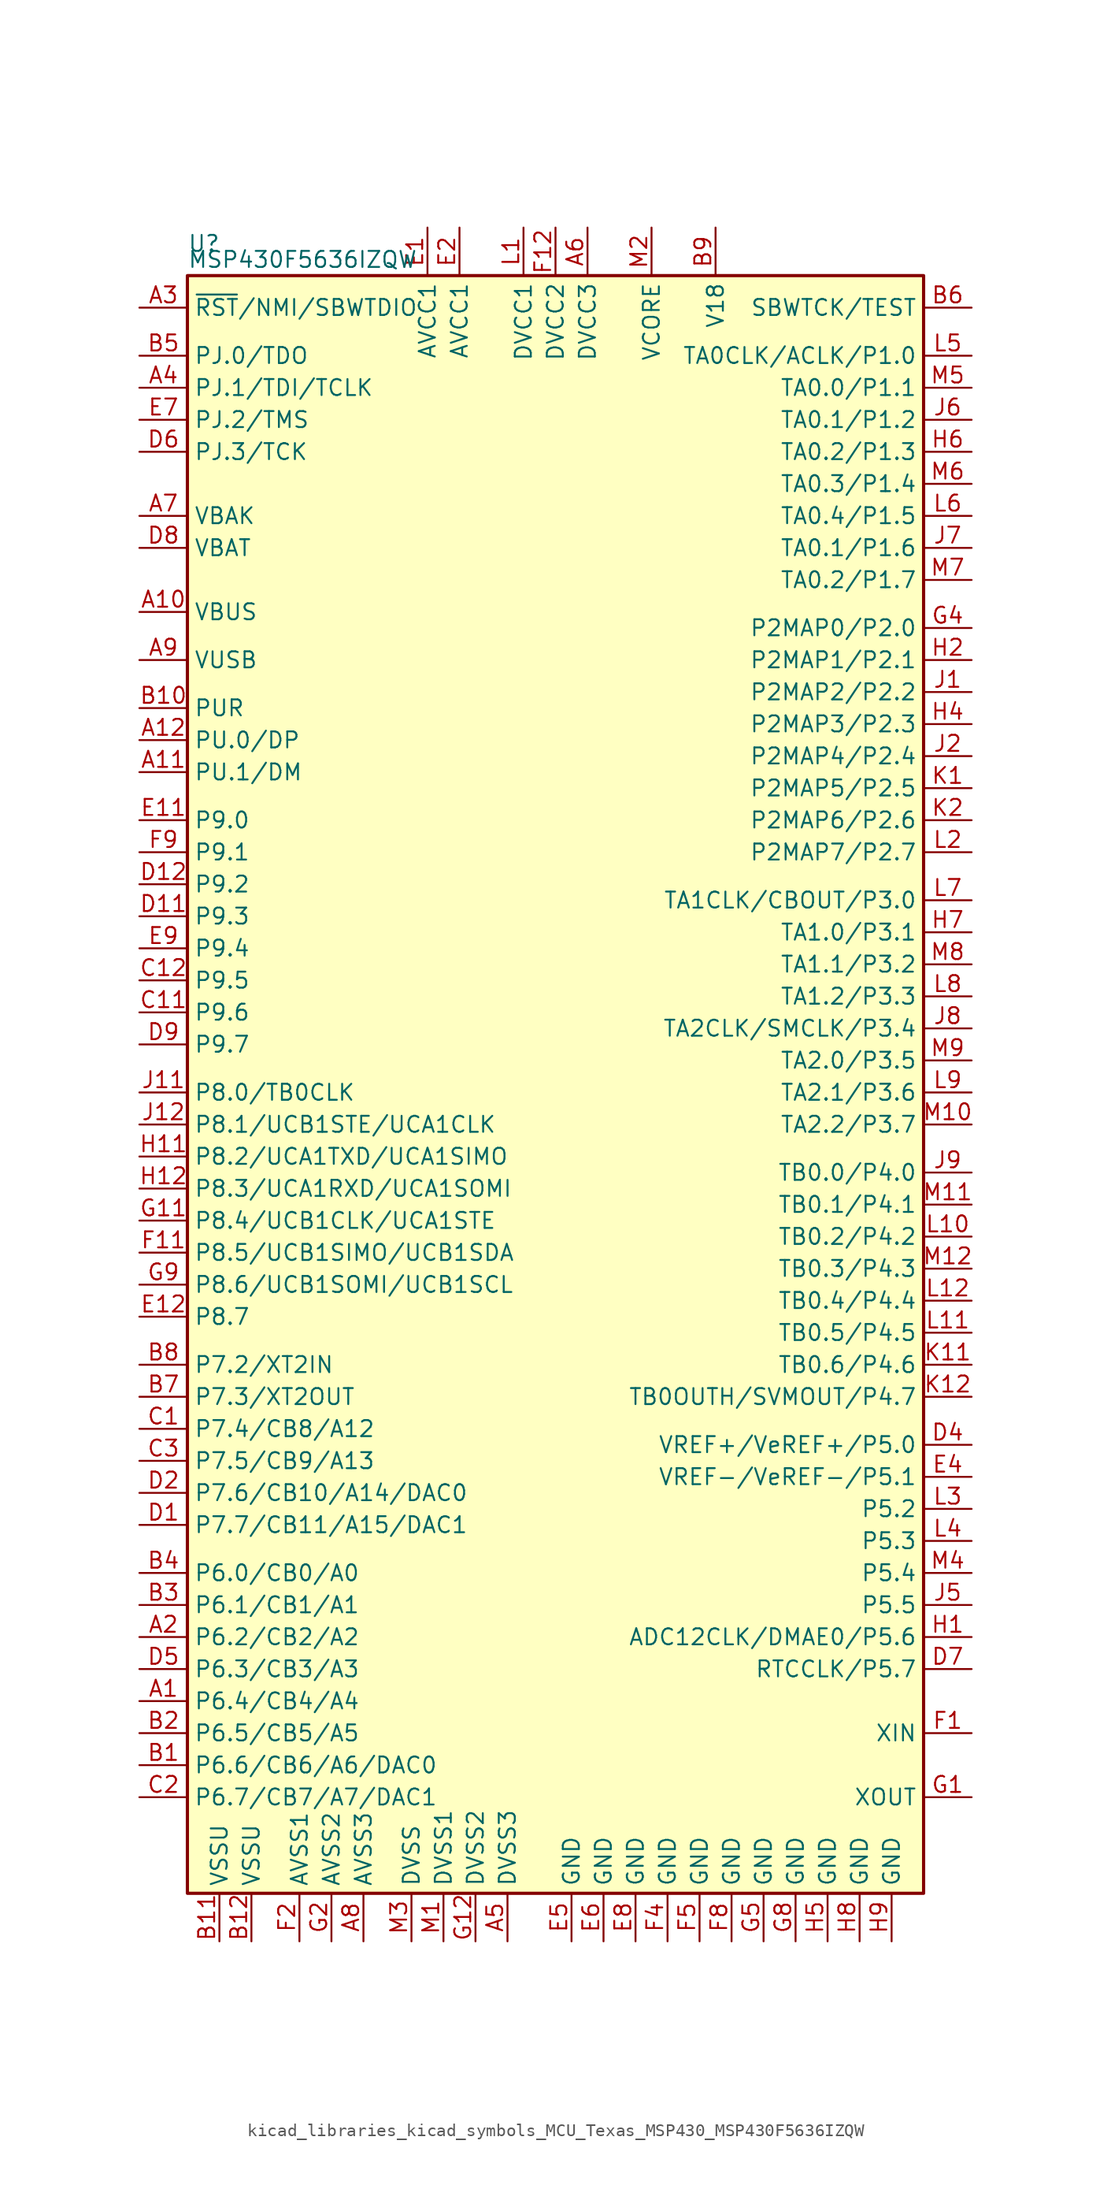
<source format=kicad_sym>
(kicad_symbol_lib
  (version 20220914)
  (generator kicad_symbol_editor)
  (symbol "kicad_libraries_kicad_symbols_MCU_Texas_MSP430_MSP430F5636IZQW"
    (property "Reference" "U"
      (at -29.21 66.04 0)
      (effects (font (size 1.27 1.27)) (justify left)))
    (property "Value" "MSP430F5636IZQW"
      (at -29.21 64.77 0)
      (effects (font (size 1.27 1.27)) (justify left)))
    (symbol "kicad_libraries_kicad_symbols_MCU_Texas_MSP430_MSP430F5636IZQW_0_1"
      (rectangle (start -29.21 63.5) (end 29.21 -64.77) (stroke (width 0.254) (type default)) (fill (type background))))
    (symbol "kicad_libraries_kicad_symbols_MCU_Texas_MSP430_MSP430F5636IZQW_1_1"
      (pin bidirectional line (at -33.02 -49.53 0) (length 3.81) (name "P6.4/CB4/A4" (effects (font (size 1.27 1.27)))) (number "A1" (effects (font (size 1.27 1.27)))))
      (pin bidirectional line (at -33.02 36.83 0) (length 3.81) (name "VBUS" (effects (font (size 1.27 1.27)))) (number "A10" (effects (font (size 1.27 1.27)))))
      (pin bidirectional line (at -33.02 24.13 0) (length 3.81) (name "PU.1/DM" (effects (font (size 1.27 1.27)))) (number "A11" (effects (font (size 1.27 1.27)))))
      (pin bidirectional line (at -33.02 26.67 0) (length 3.81) (name "PU.0/DP" (effects (font (size 1.27 1.27)))) (number "A12" (effects (font (size 1.27 1.27)))))
      (pin bidirectional line (at -33.02 -44.45 0) (length 3.81) (name "P6.2/CB2/A2" (effects (font (size 1.27 1.27)))) (number "A2" (effects (font (size 1.27 1.27)))))
      (pin input line (at -33.02 60.96 0) (length 3.81) (name "~{RST}/NMI/SBWTDIO" (effects (font (size 1.27 1.27)))) (number "A3" (effects (font (size 1.27 1.27)))))
      (pin bidirectional line (at -33.02 54.61 0) (length 3.81) (name "PJ.1/TDI/TCLK" (effects (font (size 1.27 1.27)))) (number "A4" (effects (font (size 1.27 1.27)))))
      (pin power_in line (at -3.81 -68.58 90) (length 3.81) (name "DVSS3" (effects (font (size 1.27 1.27)))) (number "A5" (effects (font (size 1.27 1.27)))))
      (pin power_in line (at 2.54 67.31 270) (length 3.81) (name "DVCC3" (effects (font (size 1.27 1.27)))) (number "A6" (effects (font (size 1.27 1.27)))))
      (pin bidirectional line (at -33.02 44.45 0) (length 3.81) (name "VBAK" (effects (font (size 1.27 1.27)))) (number "A7" (effects (font (size 1.27 1.27)))))
      (pin power_in line (at -15.24 -68.58 90) (length 3.81) (name "AVSS3" (effects (font (size 1.27 1.27)))) (number "A8" (effects (font (size 1.27 1.27)))))
      (pin bidirectional line (at -33.02 33.02 0) (length 3.81) (name "VUSB" (effects (font (size 1.27 1.27)))) (number "A9" (effects (font (size 1.27 1.27)))))
      (pin bidirectional line (at -33.02 -54.61 0) (length 3.81) (name "P6.6/CB6/A6/DAC0" (effects (font (size 1.27 1.27)))) (number "B1" (effects (font (size 1.27 1.27)))))
      (pin bidirectional line (at -33.02 29.21 0) (length 3.81) (name "PUR" (effects (font (size 1.27 1.27)))) (number "B10" (effects (font (size 1.27 1.27)))))
      (pin power_in line (at -26.67 -68.58 90) (length 3.81) (name "VSSU" (effects (font (size 1.27 1.27)))) (number "B11" (effects (font (size 1.27 1.27)))))
      (pin power_in line (at -24.13 -68.58 90) (length 3.81) (name "VSSU" (effects (font (size 1.27 1.27)))) (number "B12" (effects (font (size 1.27 1.27)))))
      (pin bidirectional line (at -33.02 -52.07 0) (length 3.81) (name "P6.5/CB5/A5" (effects (font (size 1.27 1.27)))) (number "B2" (effects (font (size 1.27 1.27)))))
      (pin bidirectional line (at -33.02 -41.91 0) (length 3.81) (name "P6.1/CB1/A1" (effects (font (size 1.27 1.27)))) (number "B3" (effects (font (size 1.27 1.27)))))
      (pin bidirectional line (at -33.02 -39.37 0) (length 3.81) (name "P6.0/CB0/A0" (effects (font (size 1.27 1.27)))) (number "B4" (effects (font (size 1.27 1.27)))))
      (pin bidirectional line (at -33.02 57.15 0) (length 3.81) (name "PJ.0/TDO" (effects (font (size 1.27 1.27)))) (number "B5" (effects (font (size 1.27 1.27)))))
      (pin input line (at 33.02 60.96 180) (length 3.81) (name "SBWTCK/TEST" (effects (font (size 1.27 1.27)))) (number "B6" (effects (font (size 1.27 1.27)))))
      (pin bidirectional line (at -33.02 -25.4 0) (length 3.81) (name "P7.3/XT2OUT" (effects (font (size 1.27 1.27)))) (number "B7" (effects (font (size 1.27 1.27)))))
      (pin bidirectional line (at -33.02 -22.86 0) (length 3.81) (name "P7.2/XT2IN" (effects (font (size 1.27 1.27)))) (number "B8" (effects (font (size 1.27 1.27)))))
      (pin passive line (at 12.7 67.31 270) (length 3.81) (name "V18" (effects (font (size 1.27 1.27)))) (number "B9" (effects (font (size 1.27 1.27)))))
      (pin bidirectional line (at -33.02 -27.94 0) (length 3.81) (name "P7.4/CB8/A12" (effects (font (size 1.27 1.27)))) (number "C1" (effects (font (size 1.27 1.27)))))
      (pin bidirectional line (at -33.02 5.08 0) (length 3.81) (name "P9.6" (effects (font (size 1.27 1.27)))) (number "C11" (effects (font (size 1.27 1.27)))))
      (pin bidirectional line (at -33.02 7.62 0) (length 3.81) (name "P9.5" (effects (font (size 1.27 1.27)))) (number "C12" (effects (font (size 1.27 1.27)))))
      (pin bidirectional line (at -33.02 -57.15 0) (length 3.81) (name "P6.7/CB7/A7/DAC1" (effects (font (size 1.27 1.27)))) (number "C2" (effects (font (size 1.27 1.27)))))
      (pin bidirectional line (at -33.02 -30.48 0) (length 3.81) (name "P7.5/CB9/A13" (effects (font (size 1.27 1.27)))) (number "C3" (effects (font (size 1.27 1.27)))))
      (pin bidirectional line (at -33.02 -35.56 0) (length 3.81) (name "P7.7/CB11/A15/DAC1" (effects (font (size 1.27 1.27)))) (number "D1" (effects (font (size 1.27 1.27)))))
      (pin bidirectional line (at -33.02 12.7 0) (length 3.81) (name "P9.3" (effects (font (size 1.27 1.27)))) (number "D11" (effects (font (size 1.27 1.27)))))
      (pin bidirectional line (at -33.02 15.24 0) (length 3.81) (name "P9.2" (effects (font (size 1.27 1.27)))) (number "D12" (effects (font (size 1.27 1.27)))))
      (pin bidirectional line (at -33.02 -33.02 0) (length 3.81) (name "P7.6/CB10/A14/DAC0" (effects (font (size 1.27 1.27)))) (number "D2" (effects (font (size 1.27 1.27)))))
      (pin bidirectional line (at 33.02 -29.21 180) (length 3.81) (name "VREF+/VeREF+/P5.0" (effects (font (size 1.27 1.27)))) (number "D4" (effects (font (size 1.27 1.27)))))
      (pin bidirectional line (at -33.02 -46.99 0) (length 3.81) (name "P6.3/CB3/A3" (effects (font (size 1.27 1.27)))) (number "D5" (effects (font (size 1.27 1.27)))))
      (pin bidirectional line (at -33.02 49.53 0) (length 3.81) (name "PJ.3/TCK" (effects (font (size 1.27 1.27)))) (number "D6" (effects (font (size 1.27 1.27)))))
      (pin bidirectional line (at 33.02 -46.99 180) (length 3.81) (name "RTCCLK/P5.7" (effects (font (size 1.27 1.27)))) (number "D7" (effects (font (size 1.27 1.27)))))
      (pin bidirectional line (at -33.02 41.91 0) (length 3.81) (name "VBAT" (effects (font (size 1.27 1.27)))) (number "D8" (effects (font (size 1.27 1.27)))))
      (pin bidirectional line (at -33.02 2.54 0) (length 3.81) (name "P9.7" (effects (font (size 1.27 1.27)))) (number "D9" (effects (font (size 1.27 1.27)))))
      (pin power_in line (at -10.16 67.31 270) (length 3.81) (name "AVCC1" (effects (font (size 1.27 1.27)))) (number "E1" (effects (font (size 1.27 1.27)))))
      (pin bidirectional line (at -33.02 20.32 0) (length 3.81) (name "P9.0" (effects (font (size 1.27 1.27)))) (number "E11" (effects (font (size 1.27 1.27)))))
      (pin bidirectional line (at -33.02 -19.05 0) (length 3.81) (name "P8.7" (effects (font (size 1.27 1.27)))) (number "E12" (effects (font (size 1.27 1.27)))))
      (pin power_in line (at -7.62 67.31 270) (length 3.81) (name "AVCC1" (effects (font (size 1.27 1.27)))) (number "E2" (effects (font (size 1.27 1.27)))))
      (pin bidirectional line (at 33.02 -31.75 180) (length 3.81) (name "VREF-/VeREF-/P5.1" (effects (font (size 1.27 1.27)))) (number "E4" (effects (font (size 1.27 1.27)))))
      (pin power_in line (at 1.27 -68.58 90) (length 3.81) (name "GND" (effects (font (size 1.27 1.27)))) (number "E5" (effects (font (size 1.27 1.27)))))
      (pin power_in line (at 3.81 -68.58 90) (length 3.81) (name "GND" (effects (font (size 1.27 1.27)))) (number "E6" (effects (font (size 1.27 1.27)))))
      (pin bidirectional line (at -33.02 52.07 0) (length 3.81) (name "PJ.2/TMS" (effects (font (size 1.27 1.27)))) (number "E7" (effects (font (size 1.27 1.27)))))
      (pin power_in line (at 6.35 -68.58 90) (length 3.81) (name "GND" (effects (font (size 1.27 1.27)))) (number "E8" (effects (font (size 1.27 1.27)))))
      (pin bidirectional line (at -33.02 10.16 0) (length 3.81) (name "P9.4" (effects (font (size 1.27 1.27)))) (number "E9" (effects (font (size 1.27 1.27)))))
      (pin bidirectional line (at 33.02 -52.07 180) (length 3.81) (name "XIN" (effects (font (size 1.27 1.27)))) (number "F1" (effects (font (size 1.27 1.27)))))
      (pin bidirectional line (at -33.02 -13.97 0) (length 3.81) (name "P8.5/UCB1SIMO/UCB1SDA" (effects (font (size 1.27 1.27)))) (number "F11" (effects (font (size 1.27 1.27)))))
      (pin power_in line (at 0 67.31 270) (length 3.81) (name "DVCC2" (effects (font (size 1.27 1.27)))) (number "F12" (effects (font (size 1.27 1.27)))))
      (pin power_in line (at -20.32 -68.58 90) (length 3.81) (name "AVSS1" (effects (font (size 1.27 1.27)))) (number "F2" (effects (font (size 1.27 1.27)))))
      (pin power_in line (at 8.89 -68.58 90) (length 3.81) (name "GND" (effects (font (size 1.27 1.27)))) (number "F4" (effects (font (size 1.27 1.27)))))
      (pin power_in line (at 11.43 -68.58 90) (length 3.81) (name "GND" (effects (font (size 1.27 1.27)))) (number "F5" (effects (font (size 1.27 1.27)))))
      (pin power_in line (at 13.97 -68.58 90) (length 3.81) (name "GND" (effects (font (size 1.27 1.27)))) (number "F8" (effects (font (size 1.27 1.27)))))
      (pin bidirectional line (at -33.02 17.78 0) (length 3.81) (name "P9.1" (effects (font (size 1.27 1.27)))) (number "F9" (effects (font (size 1.27 1.27)))))
      (pin bidirectional line (at 33.02 -57.15 180) (length 3.81) (name "XOUT" (effects (font (size 1.27 1.27)))) (number "G1" (effects (font (size 1.27 1.27)))))
      (pin bidirectional line (at -33.02 -11.43 0) (length 3.81) (name "P8.4/UCB1CLK/UCA1STE" (effects (font (size 1.27 1.27)))) (number "G11" (effects (font (size 1.27 1.27)))))
      (pin power_in line (at -6.35 -68.58 90) (length 3.81) (name "DVSS2" (effects (font (size 1.27 1.27)))) (number "G12" (effects (font (size 1.27 1.27)))))
      (pin power_in line (at -17.78 -68.58 90) (length 3.81) (name "AVSS2" (effects (font (size 1.27 1.27)))) (number "G2" (effects (font (size 1.27 1.27)))))
      (pin bidirectional line (at 33.02 35.56 180) (length 3.81) (name "P2MAP0/P2.0" (effects (font (size 1.27 1.27)))) (number "G4" (effects (font (size 1.27 1.27)))))
      (pin power_in line (at 16.51 -68.58 90) (length 3.81) (name "GND" (effects (font (size 1.27 1.27)))) (number "G5" (effects (font (size 1.27 1.27)))))
      (pin power_in line (at 19.05 -68.58 90) (length 3.81) (name "GND" (effects (font (size 1.27 1.27)))) (number "G8" (effects (font (size 1.27 1.27)))))
      (pin bidirectional line (at -33.02 -16.51 0) (length 3.81) (name "P8.6/UCB1SOMI/UCB1SCL" (effects (font (size 1.27 1.27)))) (number "G9" (effects (font (size 1.27 1.27)))))
      (pin bidirectional line (at 33.02 -44.45 180) (length 3.81) (name "ADC12CLK/DMAE0/P5.6" (effects (font (size 1.27 1.27)))) (number "H1" (effects (font (size 1.27 1.27)))))
      (pin bidirectional line (at -33.02 -6.35 0) (length 3.81) (name "P8.2/UCA1TXD/UCA1SIMO" (effects (font (size 1.27 1.27)))) (number "H11" (effects (font (size 1.27 1.27)))))
      (pin bidirectional line (at -33.02 -8.89 0) (length 3.81) (name "P8.3/UCA1RXD/UCA1SOMI" (effects (font (size 1.27 1.27)))) (number "H12" (effects (font (size 1.27 1.27)))))
      (pin bidirectional line (at 33.02 33.02 180) (length 3.81) (name "P2MAP1/P2.1" (effects (font (size 1.27 1.27)))) (number "H2" (effects (font (size 1.27 1.27)))))
      (pin bidirectional line (at 33.02 27.94 180) (length 3.81) (name "P2MAP3/P2.3" (effects (font (size 1.27 1.27)))) (number "H4" (effects (font (size 1.27 1.27)))))
      (pin power_in line (at 21.59 -68.58 90) (length 3.81) (name "GND" (effects (font (size 1.27 1.27)))) (number "H5" (effects (font (size 1.27 1.27)))))
      (pin bidirectional line (at 33.02 49.53 180) (length 3.81) (name "TA0.2/P1.3" (effects (font (size 1.27 1.27)))) (number "H6" (effects (font (size 1.27 1.27)))))
      (pin bidirectional line (at 33.02 11.43 180) (length 3.81) (name "TA1.0/P3.1" (effects (font (size 1.27 1.27)))) (number "H7" (effects (font (size 1.27 1.27)))))
      (pin power_in line (at 24.13 -68.58 90) (length 3.81) (name "GND" (effects (font (size 1.27 1.27)))) (number "H8" (effects (font (size 1.27 1.27)))))
      (pin power_in line (at 26.67 -68.58 90) (length 3.81) (name "GND" (effects (font (size 1.27 1.27)))) (number "H9" (effects (font (size 1.27 1.27)))))
      (pin bidirectional line (at 33.02 30.48 180) (length 3.81) (name "P2MAP2/P2.2" (effects (font (size 1.27 1.27)))) (number "J1" (effects (font (size 1.27 1.27)))))
      (pin bidirectional line (at -33.02 -1.27 0) (length 3.81) (name "P8.0/TB0CLK" (effects (font (size 1.27 1.27)))) (number "J11" (effects (font (size 1.27 1.27)))))
      (pin bidirectional line (at -33.02 -3.81 0) (length 3.81) (name "P8.1/UCB1STE/UCA1CLK" (effects (font (size 1.27 1.27)))) (number "J12" (effects (font (size 1.27 1.27)))))
      (pin bidirectional line (at 33.02 25.4 180) (length 3.81) (name "P2MAP4/P2.4" (effects (font (size 1.27 1.27)))) (number "J2" (effects (font (size 1.27 1.27)))))
      (pin bidirectional line (at 33.02 -41.91 180) (length 3.81) (name "P5.5" (effects (font (size 1.27 1.27)))) (number "J5" (effects (font (size 1.27 1.27)))))
      (pin bidirectional line (at 33.02 52.07 180) (length 3.81) (name "TA0.1/P1.2" (effects (font (size 1.27 1.27)))) (number "J6" (effects (font (size 1.27 1.27)))))
      (pin bidirectional line (at 33.02 41.91 180) (length 3.81) (name "TA0.1/P1.6" (effects (font (size 1.27 1.27)))) (number "J7" (effects (font (size 1.27 1.27)))))
      (pin bidirectional line (at 33.02 3.81 180) (length 3.81) (name "TA2CLK/SMCLK/P3.4" (effects (font (size 1.27 1.27)))) (number "J8" (effects (font (size 1.27 1.27)))))
      (pin bidirectional line (at 33.02 -7.62 180) (length 3.81) (name "TB0.0/P4.0" (effects (font (size 1.27 1.27)))) (number "J9" (effects (font (size 1.27 1.27)))))
      (pin bidirectional line (at 33.02 22.86 180) (length 3.81) (name "P2MAP5/P2.5" (effects (font (size 1.27 1.27)))) (number "K1" (effects (font (size 1.27 1.27)))))
      (pin bidirectional line (at 33.02 -22.86 180) (length 3.81) (name "TB0.6/P4.6" (effects (font (size 1.27 1.27)))) (number "K11" (effects (font (size 1.27 1.27)))))
      (pin bidirectional line (at 33.02 -25.4 180) (length 3.81) (name "TB0OUTH/SVMOUT/P4.7" (effects (font (size 1.27 1.27)))) (number "K12" (effects (font (size 1.27 1.27)))))
      (pin bidirectional line (at 33.02 20.32 180) (length 3.81) (name "P2MAP6/P2.6" (effects (font (size 1.27 1.27)))) (number "K2" (effects (font (size 1.27 1.27)))))
      (pin power_in line (at -2.54 67.31 270) (length 3.81) (name "DVCC1" (effects (font (size 1.27 1.27)))) (number "L1" (effects (font (size 1.27 1.27)))))
      (pin bidirectional line (at 33.02 -12.7 180) (length 3.81) (name "TB0.2/P4.2" (effects (font (size 1.27 1.27)))) (number "L10" (effects (font (size 1.27 1.27)))))
      (pin bidirectional line (at 33.02 -20.32 180) (length 3.81) (name "TB0.5/P4.5" (effects (font (size 1.27 1.27)))) (number "L11" (effects (font (size 1.27 1.27)))))
      (pin bidirectional line (at 33.02 -17.78 180) (length 3.81) (name "TB0.4/P4.4" (effects (font (size 1.27 1.27)))) (number "L12" (effects (font (size 1.27 1.27)))))
      (pin bidirectional line (at 33.02 17.78 180) (length 3.81) (name "P2MAP7/P2.7" (effects (font (size 1.27 1.27)))) (number "L2" (effects (font (size 1.27 1.27)))))
      (pin bidirectional line (at 33.02 -34.29 180) (length 3.81) (name "P5.2" (effects (font (size 1.27 1.27)))) (number "L3" (effects (font (size 1.27 1.27)))))
      (pin bidirectional line (at 33.02 -36.83 180) (length 3.81) (name "P5.3" (effects (font (size 1.27 1.27)))) (number "L4" (effects (font (size 1.27 1.27)))))
      (pin bidirectional line (at 33.02 57.15 180) (length 3.81) (name "TA0CLK/ACLK/P1.0" (effects (font (size 1.27 1.27)))) (number "L5" (effects (font (size 1.27 1.27)))))
      (pin bidirectional line (at 33.02 44.45 180) (length 3.81) (name "TA0.4/P1.5" (effects (font (size 1.27 1.27)))) (number "L6" (effects (font (size 1.27 1.27)))))
      (pin bidirectional line (at 33.02 13.97 180) (length 3.81) (name "TA1CLK/CBOUT/P3.0" (effects (font (size 1.27 1.27)))) (number "L7" (effects (font (size 1.27 1.27)))))
      (pin bidirectional line (at 33.02 6.35 180) (length 3.81) (name "TA1.2/P3.3" (effects (font (size 1.27 1.27)))) (number "L8" (effects (font (size 1.27 1.27)))))
      (pin bidirectional line (at 33.02 -1.27 180) (length 3.81) (name "TA2.1/P3.6" (effects (font (size 1.27 1.27)))) (number "L9" (effects (font (size 1.27 1.27)))))
      (pin power_in line (at -8.89 -68.58 90) (length 3.81) (name "DVSS1" (effects (font (size 1.27 1.27)))) (number "M1" (effects (font (size 1.27 1.27)))))
      (pin bidirectional line (at 33.02 -3.81 180) (length 3.81) (name "TA2.2/P3.7" (effects (font (size 1.27 1.27)))) (number "M10" (effects (font (size 1.27 1.27)))))
      (pin bidirectional line (at 33.02 -10.16 180) (length 3.81) (name "TB0.1/P4.1" (effects (font (size 1.27 1.27)))) (number "M11" (effects (font (size 1.27 1.27)))))
      (pin bidirectional line (at 33.02 -15.24 180) (length 3.81) (name "TB0.3/P4.3" (effects (font (size 1.27 1.27)))) (number "M12" (effects (font (size 1.27 1.27)))))
      (pin bidirectional line (at 7.62 67.31 270) (length 3.81) (name "VCORE" (effects (font (size 1.27 1.27)))) (number "M2" (effects (font (size 1.27 1.27)))))
      (pin power_in line (at -11.43 -68.58 90) (length 3.81) (name "DVSS" (effects (font (size 1.27 1.27)))) (number "M3" (effects (font (size 1.27 1.27)))))
      (pin bidirectional line (at 33.02 -39.37 180) (length 3.81) (name "P5.4" (effects (font (size 1.27 1.27)))) (number "M4" (effects (font (size 1.27 1.27)))))
      (pin bidirectional line (at 33.02 54.61 180) (length 3.81) (name "TA0.0/P1.1" (effects (font (size 1.27 1.27)))) (number "M5" (effects (font (size 1.27 1.27)))))
      (pin bidirectional line (at 33.02 46.99 180) (length 3.81) (name "TA0.3/P1.4" (effects (font (size 1.27 1.27)))) (number "M6" (effects (font (size 1.27 1.27)))))
      (pin bidirectional line (at 33.02 39.37 180) (length 3.81) (name "TA0.2/P1.7" (effects (font (size 1.27 1.27)))) (number "M7" (effects (font (size 1.27 1.27)))))
      (pin bidirectional line (at 33.02 8.89 180) (length 3.81) (name "TA1.1/P3.2" (effects (font (size 1.27 1.27)))) (number "M8" (effects (font (size 1.27 1.27)))))
      (pin bidirectional line (at 33.02 1.27 180) (length 3.81) (name "TA2.0/P3.5" (effects (font (size 1.27 1.27)))) (number "M9" (effects (font (size 1.27 1.27))))))))
</source>
